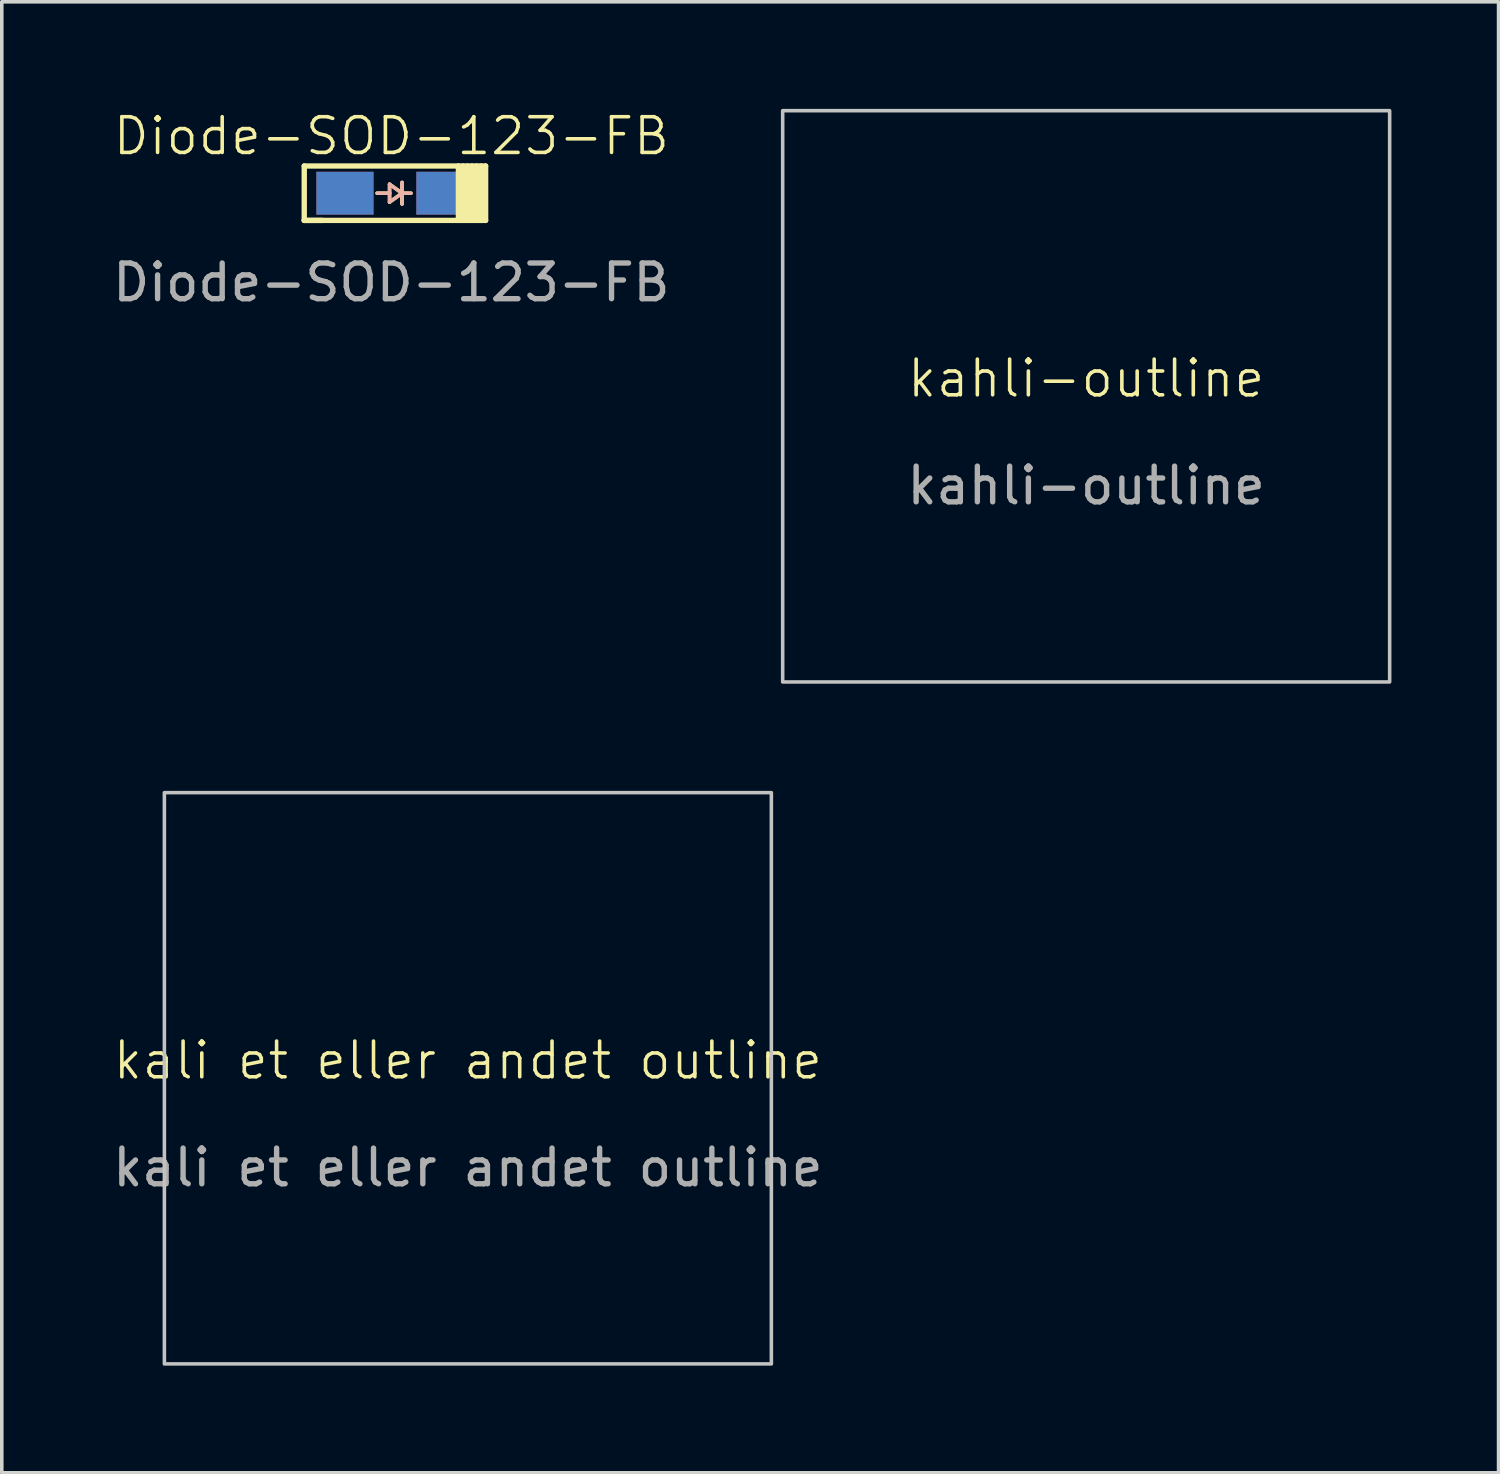
<source format=kicad_pcb>
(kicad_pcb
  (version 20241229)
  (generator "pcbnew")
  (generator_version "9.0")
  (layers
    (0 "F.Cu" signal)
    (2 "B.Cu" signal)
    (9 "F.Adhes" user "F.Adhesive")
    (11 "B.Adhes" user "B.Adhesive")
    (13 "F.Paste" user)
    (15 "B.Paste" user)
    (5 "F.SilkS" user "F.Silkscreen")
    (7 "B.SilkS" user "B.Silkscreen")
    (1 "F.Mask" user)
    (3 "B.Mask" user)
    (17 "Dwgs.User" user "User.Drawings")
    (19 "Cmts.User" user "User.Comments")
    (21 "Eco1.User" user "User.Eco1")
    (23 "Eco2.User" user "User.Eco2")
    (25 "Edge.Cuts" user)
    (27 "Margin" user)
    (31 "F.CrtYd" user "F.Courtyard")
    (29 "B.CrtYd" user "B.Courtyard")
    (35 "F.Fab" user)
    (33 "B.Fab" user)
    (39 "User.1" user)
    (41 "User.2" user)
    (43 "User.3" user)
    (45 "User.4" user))
  (footprint "kali et eller andet outline"
    (layer "F.Cu")
    (at 10.054 27.15)
    (property "Reference" "kali et eller andet outline" (at 0 -0.5 0) (unlocked yes) (layer "F.SilkS") (effects (font (size 1 1) (thickness 0.1))))
    (attr smd)
    (fp_rect (start -8.5 -8) (end 8.5 8) (stroke (width 0.1) (type default)) (fill no) (layer "Dwgs.User"))
    (fp_text user "${REFERENCE}" (at 0 2.5 0) (unlocked yes) (layer "F.Fab") (effects (font (size 1 1) (thickness 0.15)))))
  (footprint "Diode-SOD-123-FB"
    (layer "F.Cu")
    (at 7.911 2.361)
    (property "Reference" "Diode-SOD-123-FB" (at 0 -1.6 0) (unlocked yes) (layer "F.SilkS") (effects (font (size 1 1) (thickness 0.1))))
    (attr smd)
    (fp_line (start -2.44 -0.762) (end -2.44 0.762) (stroke (width 0.15) (type solid)) (layer "F.SilkS"))
    (fp_line (start -2.44 0.762) (end -1.932 0.762) (stroke (width 0.15) (type solid)) (layer "F.SilkS"))
    (fp_line (start -2.44 0.762) (end 2.64 0.762) (stroke (width 0.15) (type solid)) (layer "F.SilkS"))
    (fp_line (start -0.05 -0.25) (end 0.3 0) (stroke (width 0.1) (type default)) (layer "F.SilkS"))
    (fp_line (start -0.05 0) (end -0.4 0) (stroke (width 0.1) (type default)) (layer "F.SilkS"))
    (fp_line (start -0.05 0.25) (end -0.05 -0.25) (stroke (width 0.1) (type default)) (layer "F.SilkS"))
    (fp_line (start 0.3 -0.3) (end 0.3 0.3) (stroke (width 0.1) (type default)) (layer "F.SilkS"))
    (fp_line (start 0.3 0) (end -0.05 0.25) (stroke (width 0.1) (type default)) (layer "F.SilkS"))
    (fp_line (start 0.3 0) (end 0.55 0) (stroke (width 0.1) (type default)) (layer "F.SilkS"))
    (fp_line (start 0.3 0.3) (end 0.3 0) (stroke (width 0.1) (type default)) (layer "F.SilkS"))
    (fp_line (start 1.878 0.762) (end 1.878 -0.762) (stroke (width 0.15) (type solid)) (layer "F.SilkS"))
    (fp_line (start 2.005 0.762) (end 2.005 -0.762) (stroke (width 0.15) (type solid)) (layer "F.SilkS"))
    (fp_line (start 2.132 -0.762) (end 2.132 0.762) (stroke (width 0.15) (type solid)) (layer "F.SilkS"))
    (fp_line (start 2.259 0.762) (end 2.259 -0.762) (stroke (width 0.15) (type solid)) (layer "F.SilkS"))
    (fp_line (start 2.386 -0.762) (end 2.386 0.762) (stroke (width 0.15) (type solid)) (layer "F.SilkS"))
    (fp_line (start 2.513 0.762) (end 2.513 -0.762) (stroke (width 0.15) (type solid)) (layer "F.SilkS"))
    (fp_line (start 2.64 -0.762) (end -2.44 -0.762) (stroke (width 0.15) (type solid)) (layer "F.SilkS"))
    (fp_line (start 2.64 0.762) (end 2.64 -0.762) (stroke (width 0.15) (type solid)) (layer "F.SilkS"))
    (fp_line (start -0.4 0) (end -0.05 0) (stroke (width 0.1) (type default)) (layer "B.SilkS"))
    (fp_line (start -0.05 -0.25) (end 0.3 0) (stroke (width 0.1) (type default)) (layer "B.SilkS"))
    (fp_line (start -0.05 0.25) (end -0.05 -0.25) (stroke (width 0.1) (type default)) (layer "B.SilkS"))
    (fp_line (start 0.3 -0.3) (end 0.3 0.3) (stroke (width 0.1) (type default)) (layer "B.SilkS"))
    (fp_line (start 0.3 0) (end -0.05 0.25) (stroke (width 0.1) (type default)) (layer "B.SilkS"))
    (fp_line (start 0.3 0) (end 0.3 -0.3) (stroke (width 0.1) (type default)) (layer "B.SilkS"))
    (fp_line (start 0.55 0) (end 0.3 0) (stroke (width 0.1) (type default)) (layer "B.SilkS"))
    (fp_text user "${REFERENCE}" (at 0 2.5 0) (unlocked yes) (layer "F.Fab") (effects (font (size 1 1) (thickness 0.15))))
    (pad "1" smd rect (at 1.5 0) (size 1.6 1.2) (layers "F.Cu" "F.Mask" "F.Paste"))
    (pad "1" smd rect (at 1.5 0) (size 1.6 1.2) (layers "B.Cu" "B.Mask" "B.Paste"))
    (pad "2" smd rect (at -1.3 0) (size 1.6 1.2) (layers "F.Cu" "F.Mask" "F.Paste"))
    (pad "2" smd rect (at -1.3 0) (size 1.6 1.2) (layers "B.Cu" "B.Mask" "B.Paste")))
  (footprint "kahli-outline"
    (layer "F.Cu")
    (at 27.371 8.05)
    (property "Reference" "kahli-outline" (at 0 -0.5 0) (unlocked yes) (layer "F.SilkS") (effects (font (size 1 1) (thickness 0.1))))
    (attr smd)
    (fp_rect (start -8.5 -8) (end 8.5 8) (stroke (width 0.1) (type default)) (fill no) (layer "Dwgs.User"))
    (fp_text user "${REFERENCE}" (at 0 2.5 0) (unlocked yes) (layer "F.Fab") (effects (font (size 1 1) (thickness 0.15)))))
  (gr_rect
    (start -3 -3)
    (end 38.921 38.2)
    (stroke (width 0.1) (type default))
    (fill no)
    (layer "Edge.Cuts")))
</source>
